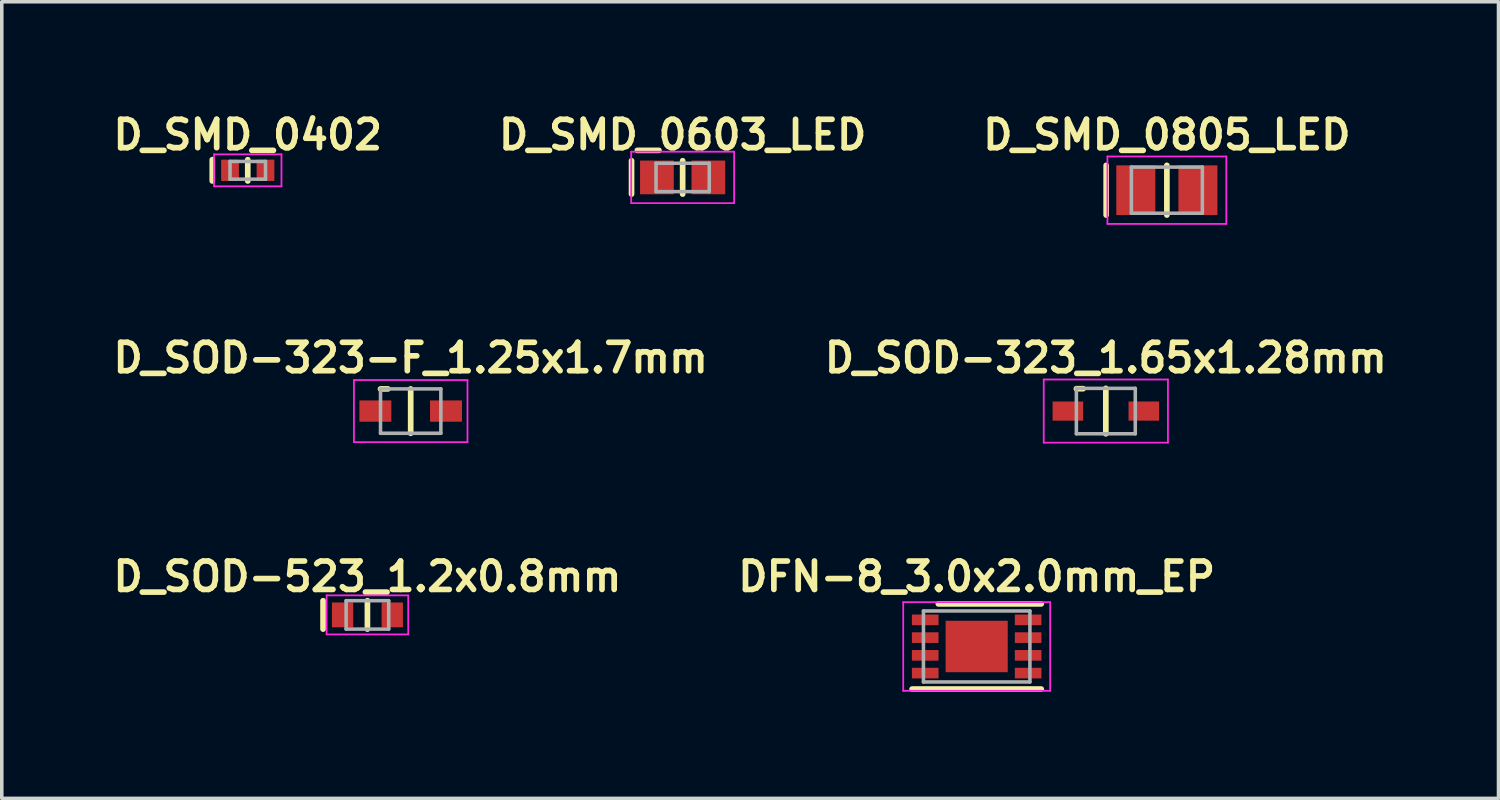
<source format=kicad_pcb>
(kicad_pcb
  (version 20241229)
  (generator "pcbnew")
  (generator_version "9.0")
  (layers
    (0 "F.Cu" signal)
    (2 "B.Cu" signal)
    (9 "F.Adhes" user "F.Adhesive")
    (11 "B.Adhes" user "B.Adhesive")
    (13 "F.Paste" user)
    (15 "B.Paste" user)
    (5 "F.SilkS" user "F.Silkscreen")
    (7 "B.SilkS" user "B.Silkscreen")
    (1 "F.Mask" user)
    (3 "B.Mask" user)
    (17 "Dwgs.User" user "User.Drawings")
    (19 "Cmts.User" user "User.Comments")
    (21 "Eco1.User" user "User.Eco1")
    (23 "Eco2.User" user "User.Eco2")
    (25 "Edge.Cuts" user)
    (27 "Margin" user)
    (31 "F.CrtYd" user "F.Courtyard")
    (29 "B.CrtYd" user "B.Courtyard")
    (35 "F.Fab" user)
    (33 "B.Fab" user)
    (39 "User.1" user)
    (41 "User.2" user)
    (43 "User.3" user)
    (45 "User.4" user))
  (footprint "D_SOD-323-F_1.25x1.7mm"
    (layer "F.Cu")
    (at 8.522 8.533)
    (property "Reference" "D_SOD-323-F_1.25x1.7mm" (at 0 -1.5 0) (layer "F.SilkS") (effects (font (size 0.8 0.8) (thickness 0.16))))
    (attr through_hole)
    (fp_line (start -0.85 -0.625) (end -0.64 -0.625) (stroke (width 0.16) (type solid)) (layer "F.SilkS"))
    (fp_line (start 0 -0.625) (end 0 0.625) (stroke (width 0.16) (type solid)) (layer "F.SilkS"))
    (fp_line (start -1.6 -0.875) (end 1.6 -0.875) (stroke (width 0.05) (type solid)) (layer "F.CrtYd"))
    (fp_line (start -1.6 0.875) (end -1.6 -0.875) (stroke (width 0.05) (type solid)) (layer "F.CrtYd"))
    (fp_line (start 1.6 0.875) (end -1.6 0.875) (stroke (width 0.05) (type solid)) (layer "F.CrtYd"))
    (fp_line (start 1.6 0.875) (end 1.6 -0.875) (stroke (width 0.05) (type solid)) (layer "F.CrtYd"))
    (fp_line (start -0.85 -0.625) (end -0.85 0.625) (stroke (width 0.1) (type solid)) (layer "F.Fab"))
    (fp_line (start -0.85 -0.625) (end 0.85 -0.625) (stroke (width 0.1) (type solid)) (layer "F.Fab"))
    (fp_line (start 0.85 0.625) (end -0.85 0.625) (stroke (width 0.1) (type solid)) (layer "F.Fab"))
    (fp_line (start 0.85 0.625) (end 0.85 -0.625) (stroke (width 0.1) (type solid)) (layer "F.Fab"))
    (pad "1" smd rect (at -0.995 0) (size 0.9 0.6) (layers "F.Cu" "F.Mask" "F.Paste"))
    (pad "2" smd rect (at 0.995 0) (size 0.9 0.6) (layers "F.Cu" "F.Mask" "F.Paste")))
  (footprint "D_SMD_0603_LED"
    (layer "F.Cu")
    (at 16.185 1.949)
    (property "Reference" "D_SMD_0603_LED" (at 0 -1.2 0) (layer "F.SilkS") (effects (font (size 0.8 0.8) (thickness 0.16))))
    (attr through_hole)
    (fp_line (start -1.44 -0.47) (end -1.44 0.47) (stroke (width 0.16) (type solid)) (layer "F.SilkS"))
    (fp_line (start 0 -0.47) (end 0 0.47) (stroke (width 0.16) (type solid)) (layer "F.SilkS"))
    (fp_line (start -1.45 -0.725) (end -1.45 0.725) (stroke (width 0.05) (type solid)) (layer "F.CrtYd"))
    (fp_line (start -1.45 -0.725) (end 1.45 -0.725) (stroke (width 0.05) (type solid)) (layer "F.CrtYd"))
    (fp_line (start 1.45 0.725) (end -1.45 0.725) (stroke (width 0.05) (type solid)) (layer "F.CrtYd"))
    (fp_line (start 1.45 0.725) (end 1.45 -0.725) (stroke (width 0.05) (type solid)) (layer "F.CrtYd"))
    (fp_line (start -0.75 -0.4) (end -0.75 0.4) (stroke (width 0.1) (type solid)) (layer "F.Fab"))
    (fp_line (start -0.75 0.4) (end 0.75 0.4) (stroke (width 0.1) (type solid)) (layer "F.Fab"))
    (fp_line (start 0.75 -0.4) (end -0.75 -0.4) (stroke (width 0.1) (type solid)) (layer "F.Fab"))
    (fp_line (start 0.75 0.4) (end 0.75 -0.4) (stroke (width 0.1) (type solid)) (layer "F.Fab"))
    (pad "1" smd rect (at -0.725 0) (size 0.95 0.95) (layers "F.Cu" "F.Mask" "F.Paste"))
    (pad "2" smd rect (at 0.725 0) (size 0.95 0.95) (layers "F.Cu" "F.Mask" "F.Paste")))
  (footprint "D_SMD_0402"
    (layer "F.Cu")
    (at 3.931 1.749)
    (property "Reference" "D_SMD_0402" (at 0 -1 0) (layer "F.SilkS") (effects (font (size 0.8 0.8) (thickness 0.16))))
    (attr through_hole)
    (fp_line (start -1 -0.3) (end -1 0.3) (stroke (width 0.16) (type solid)) (layer "F.SilkS"))
    (fp_line (start 0 -0.3) (end 0 0.3) (stroke (width 0.16) (type solid)) (layer "F.SilkS"))
    (fp_line (start -0.95 -0.45) (end 0.95 -0.45) (stroke (width 0.05) (type solid)) (layer "F.CrtYd"))
    (fp_line (start -0.95 0.45) (end -0.95 -0.45) (stroke (width 0.05) (type solid)) (layer "F.CrtYd"))
    (fp_line (start -0.95 0.45) (end 0.95 0.45) (stroke (width 0.05) (type solid)) (layer "F.CrtYd"))
    (fp_line (start 0.95 0.45) (end 0.95 -0.45) (stroke (width 0.05) (type solid)) (layer "F.CrtYd"))
    (fp_line (start -0.5 -0.25) (end 0.5 -0.25) (stroke (width 0.1) (type solid)) (layer "F.Fab"))
    (fp_line (start -0.5 0.25) (end -0.5 -0.25) (stroke (width 0.1) (type solid)) (layer "F.Fab"))
    (fp_line (start -0.5 0.25) (end 0.5 0.25) (stroke (width 0.1) (type solid)) (layer "F.Fab"))
    (fp_line (start 0.5 0.25) (end 0.5 -0.25) (stroke (width 0.1) (type solid)) (layer "F.Fab"))
    (pad "1" smd rect (at -0.5 0) (size 0.5 0.6) (layers "F.Cu" "F.Mask" "F.Paste"))
    (pad "2" smd rect (at 0.5 0) (size 0.5 0.6) (layers "F.Cu" "F.Mask" "F.Paste")))
  (footprint "D_SOD-523_1.2x0.8mm"
    (layer "F.Cu")
    (at 7.303 14.276)
    (property "Reference" "D_SOD-523_1.2x0.8mm" (at 0 -1.08 0) (layer "F.SilkS") (effects (font (size 0.8 0.8) (thickness 0.16))))
    (attr through_hole)
    (fp_line (start -1.25 -0.4) (end -1.25 0.4) (stroke (width 0.16) (type solid)) (layer "F.SilkS"))
    (fp_line (start 0 -0.4) (end 0 0.4) (stroke (width 0.16) (type solid)) (layer "F.SilkS"))
    (fp_line (start -1.15 -0.55) (end 1.15 -0.55) (stroke (width 0.05) (type solid)) (layer "F.CrtYd"))
    (fp_line (start -1.15 0.55) (end -1.15 -0.55) (stroke (width 0.05) (type solid)) (layer "F.CrtYd"))
    (fp_line (start 1.15 -0.55) (end 1.15 0.55) (stroke (width 0.05) (type solid)) (layer "F.CrtYd"))
    (fp_line (start 1.15 0.55) (end -1.15 0.55) (stroke (width 0.05) (type solid)) (layer "F.CrtYd"))
    (fp_line (start -0.6 -0.4) (end 0.6 -0.4) (stroke (width 0.1) (type solid)) (layer "F.Fab"))
    (fp_line (start -0.6 0.4) (end -0.6 -0.4) (stroke (width 0.1) (type solid)) (layer "F.Fab"))
    (fp_line (start 0.6 -0.4) (end 0.6 0.4) (stroke (width 0.1) (type solid)) (layer "F.Fab"))
    (fp_line (start 0.6 0.4) (end -0.6 0.4) (stroke (width 0.1) (type solid)) (layer "F.Fab"))
    (pad "1" smd rect (at -0.7 0) (size 0.6 0.7) (layers "F.Cu" "F.Mask" "F.Paste"))
    (pad "2" smd rect (at 0.7 0) (size 0.6 0.7) (layers "F.Cu" "F.Mask" "F.Paste")))
  (footprint "D_SOD-323_1.65x1.28mm"
    (layer "F.Cu")
    (at 28.109 8.533)
    (property "Reference" "D_SOD-323_1.65x1.28mm" (at 0 -1.5 0) (layer "F.SilkS") (effects (font (size 0.8 0.8) (thickness 0.16))))
    (attr through_hole)
    (fp_line (start -0.83 -0.63) (end -0.64 -0.63) (stroke (width 0.16) (type solid)) (layer "F.SilkS"))
    (fp_line (start 0 -0.64) (end 0 0.64) (stroke (width 0.16) (type solid)) (layer "F.SilkS"))
    (fp_line (start -1.75 -0.89) (end 1.75 -0.89) (stroke (width 0.05) (type solid)) (layer "F.CrtYd"))
    (fp_line (start -1.75 0.89) (end -1.75 -0.89) (stroke (width 0.05) (type solid)) (layer "F.CrtYd"))
    (fp_line (start 1.75 0.89) (end -1.75 0.89) (stroke (width 0.05) (type solid)) (layer "F.CrtYd"))
    (fp_line (start 1.75 0.89) (end 1.75 -0.89) (stroke (width 0.05) (type solid)) (layer "F.CrtYd"))
    (fp_line (start -0.83 -0.64) (end 0.83 -0.64) (stroke (width 0.1) (type solid)) (layer "F.Fab"))
    (fp_line (start -0.83 0.64) (end -0.83 -0.64) (stroke (width 0.1) (type solid)) (layer "F.Fab"))
    (fp_line (start 0.83 0.64) (end -0.83 0.64) (stroke (width 0.1) (type solid)) (layer "F.Fab"))
    (fp_line (start 0.83 0.64) (end 0.83 -0.64) (stroke (width 0.1) (type solid)) (layer "F.Fab"))
    (pad "1" smd rect (at -1.07 0) (size 0.86 0.54) (layers "F.Cu" "F.Mask" "F.Paste"))
    (pad "2" smd rect (at 1.07 0) (size 0.86 0.54) (layers "F.Cu" "F.Mask" "F.Paste")))
  (footprint "DFN-8_3.0x2.0mm_EP"
    (layer "F.Cu")
    (at 24.47 15.166)
    (property "Reference" "DFN-8_3.0x2.0mm_EP" (at 0 -1.97 0) (layer "F.SilkS") (effects (font (size 0.8 0.8) (thickness 0.16))))
    (attr through_hole)
    (fp_line (start -1.08 -1.2) (end 1.82 -1.2) (stroke (width 0.16) (type solid)) (layer "F.SilkS"))
    (fp_line (start 1.82 1.2) (end -1.82 1.2) (stroke (width 0.16) (type solid)) (layer "F.SilkS"))
    (fp_line (start -2.07 -1.25) (end 2.07 -1.25) (stroke (width 0.05) (type solid)) (layer "F.CrtYd"))
    (fp_line (start -2.07 1.25) (end -2.07 -1.25) (stroke (width 0.05) (type solid)) (layer "F.CrtYd"))
    (fp_line (start 2.07 -1.25) (end 2.07 1.25) (stroke (width 0.05) (type solid)) (layer "F.CrtYd"))
    (fp_line (start 2.07 1.25) (end -2.07 1.25) (stroke (width 0.05) (type solid)) (layer "F.CrtYd"))
    (fp_line (start -1.5 -1) (end 1.5 -1) (stroke (width 0.1) (type solid)) (layer "F.Fab"))
    (fp_line (start -1.5 1) (end -1.5 -1) (stroke (width 0.1) (type solid)) (layer "F.Fab"))
    (fp_line (start 1.5 -1) (end 1.5 1) (stroke (width 0.1) (type solid)) (layer "F.Fab"))
    (fp_line (start 1.5 1) (end -1.5 1) (stroke (width 0.1) (type solid)) (layer "F.Fab"))
    (pad "1" smd rect (at -1.45 -0.75) (size 0.75 0.3) (layers "F.Cu" "F.Mask" "F.Paste"))
    (pad "2" smd rect (at -1.45 -0.25) (size 0.75 0.3) (layers "F.Cu" "F.Mask" "F.Paste"))
    (pad "3" smd rect (at -1.45 0.25) (size 0.75 0.3) (layers "F.Cu" "F.Mask" "F.Paste"))
    (pad "4" smd rect (at -1.45 0.75) (size 0.75 0.3) (layers "F.Cu" "F.Mask" "F.Paste"))
    (pad "5" smd rect (at 1.45 0.75) (size 0.75 0.3) (layers "F.Cu" "F.Mask" "F.Paste"))
    (pad "6" smd rect (at 1.45 0.25) (size 0.75 0.3) (layers "F.Cu" "F.Mask" "F.Paste"))
    (pad "7" smd rect (at 1.45 -0.25) (size 0.75 0.3) (layers "F.Cu" "F.Mask" "F.Paste"))
    (pad "8" smd rect (at 1.45 -0.75) (size 0.75 0.3) (layers "F.Cu" "F.Mask" "F.Paste"))
    (pad "9" smd rect (at 0 0) (size 1.75 1.45) (layers "F.Cu" "F.Mask" "F.Paste")))
  (footprint "D_SMD_0805_LED"
    (layer "F.Cu")
    (at 29.829 2.309)
    (property "Reference" "D_SMD_0805_LED" (at 0 -1.56 0) (layer "F.SilkS") (effects (font (size 0.8 0.8) (thickness 0.16))))
    (attr through_hole)
    (fp_line (start -1.71 -0.7) (end -1.71 0.7) (stroke (width 0.16) (type solid)) (layer "F.SilkS"))
    (fp_line (start 0 -0.7) (end 0 0.7) (stroke (width 0.16) (type solid)) (layer "F.SilkS"))
    (fp_line (start -1.675 0.95) (end -1.675 -0.95) (stroke (width 0.05) (type solid)) (layer "F.CrtYd"))
    (fp_line (start -1.675 0.95) (end 1.675 0.95) (stroke (width 0.05) (type solid)) (layer "F.CrtYd"))
    (fp_line (start 1.675 -0.95) (end -1.675 -0.95) (stroke (width 0.05) (type solid)) (layer "F.CrtYd"))
    (fp_line (start 1.675 -0.95) (end 1.675 0.95) (stroke (width 0.05) (type solid)) (layer "F.CrtYd"))
    (fp_line (start -1 -0.65) (end -1 0.65) (stroke (width 0.1) (type solid)) (layer "F.Fab"))
    (fp_line (start -1 0.65) (end 1 0.65) (stroke (width 0.1) (type solid)) (layer "F.Fab"))
    (fp_line (start 1 -0.65) (end -1 -0.65) (stroke (width 0.1) (type solid)) (layer "F.Fab"))
    (fp_line (start 1 0.65) (end 1 -0.65) (stroke (width 0.1) (type solid)) (layer "F.Fab"))
    (pad "1" smd rect (at -0.875 0) (size 1.1 1.4) (layers "F.Cu" "F.Mask" "F.Paste"))
    (pad "2" smd rect (at 0.875 0) (size 1.1 1.4) (layers "F.Cu" "F.Mask" "F.Paste")))
  (gr_rect
    (start -3 -3)
    (end 39.173 19.446)
    (stroke (width 0.1) (type default))
    (fill no)
    (layer "Edge.Cuts")))
</source>
